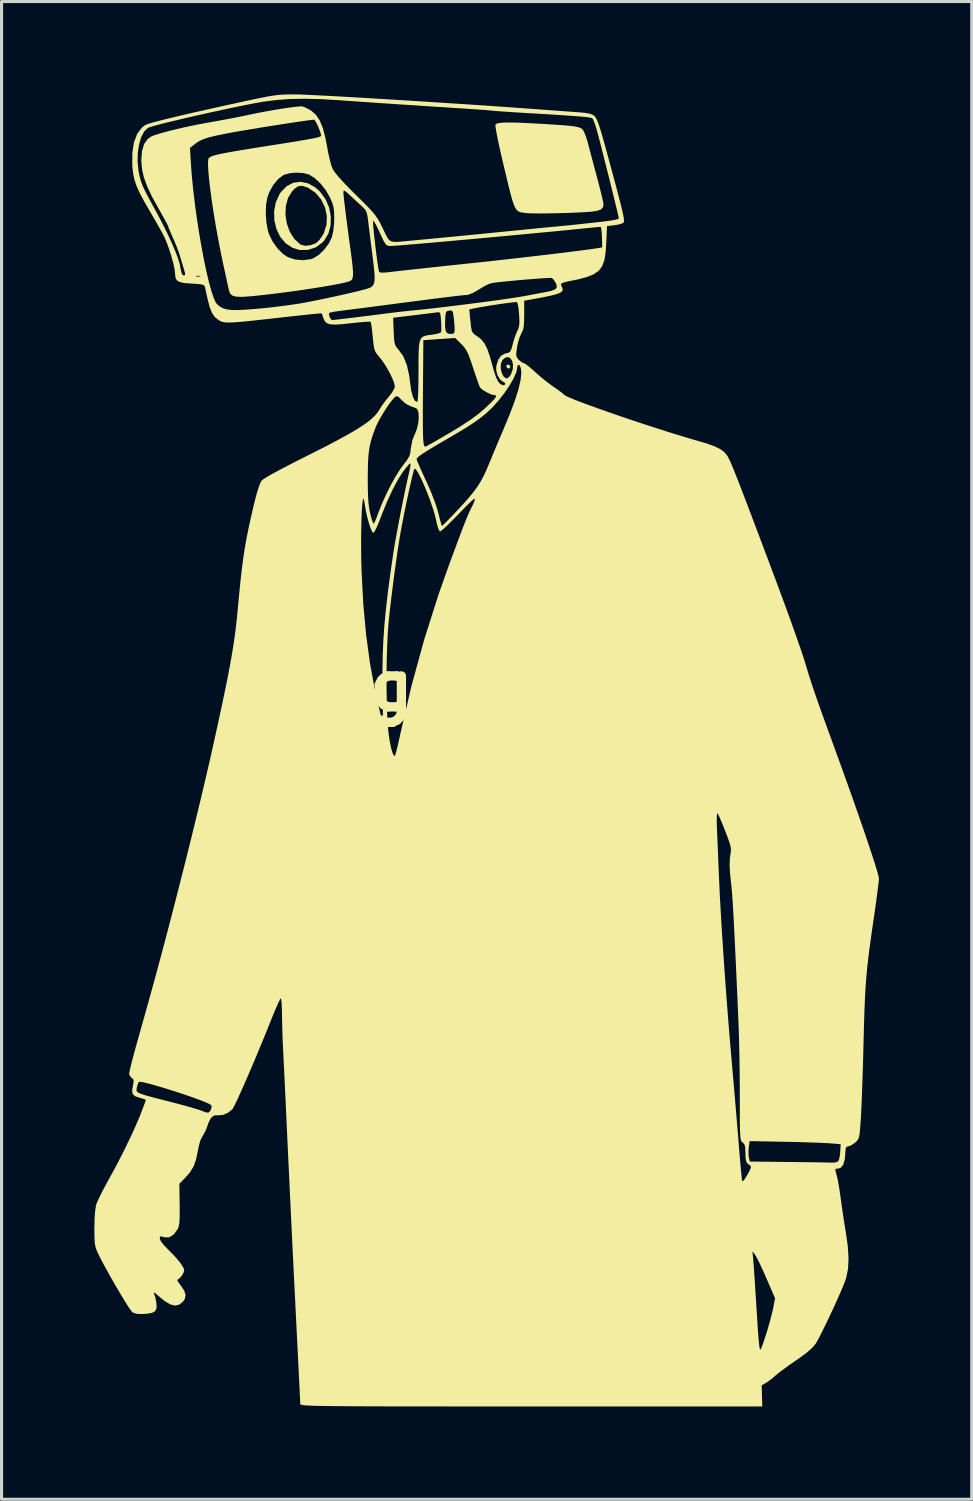
<source format=kicad_pcb>
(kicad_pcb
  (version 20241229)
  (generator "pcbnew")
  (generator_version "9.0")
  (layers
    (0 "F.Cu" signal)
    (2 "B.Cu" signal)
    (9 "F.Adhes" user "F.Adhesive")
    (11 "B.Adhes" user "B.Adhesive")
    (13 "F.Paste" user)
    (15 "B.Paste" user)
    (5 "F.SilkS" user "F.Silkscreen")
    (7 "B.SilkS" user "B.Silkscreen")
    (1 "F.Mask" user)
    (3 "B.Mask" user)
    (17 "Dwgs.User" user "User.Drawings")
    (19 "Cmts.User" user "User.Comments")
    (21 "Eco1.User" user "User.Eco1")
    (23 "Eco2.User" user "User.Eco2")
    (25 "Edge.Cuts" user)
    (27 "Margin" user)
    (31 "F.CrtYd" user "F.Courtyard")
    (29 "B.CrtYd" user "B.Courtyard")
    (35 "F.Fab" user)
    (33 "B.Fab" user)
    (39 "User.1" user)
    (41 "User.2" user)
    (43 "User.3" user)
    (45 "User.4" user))
  (footprint "Big_Brother"
    (layer "F.Cu")
    (at 13.172 19.116)
    (property "Reference" "Big_Brother" (at 0 0 0) (layer "F.SilkS") (effects (font (size 1.5 1.5) (thickness 0.3))))
    (attr board_only exclude_from_pos_files exclude_from_bom)
    (fp_poly (pts (xy 0.262 -10.349) (xy 0.27 -10.317) (xy 0.242 -10.255) (xy 0.18 -10.267) (xy 0.165 -10.28) (xy 0.136 -10.346) (xy 0.183 -10.383) (xy 0.202 -10.385)) (stroke (width 0) (type solid)) (fill yes) (layer "F.SilkS"))
    (fp_poly (pts (xy -6.27 -16.242) (xy -6.034 -16.11) (xy -5.881 -15.974) (xy -5.703 -15.732) (xy -5.586 -15.457) (xy -5.531 -15.168) (xy -5.538 -14.881) (xy -5.61 -14.615) (xy -5.747 -14.387) (xy -5.794 -14.336) (xy -6.016 -14.173) (xy -6.268 -14.089) (xy -6.534 -14.086) (xy -6.766 -14.155) (xy -6.991 -14.304) (xy -7.166 -14.513) (xy -7.289 -14.767) (xy -7.356 -15.049) (xy -7.361 -15.231) (xy -6.997 -15.231) (xy -6.954 -14.948) (xy -6.859 -14.681) (xy -6.716 -14.451) (xy -6.527 -14.277) (xy -6.496 -14.257) (xy -6.365 -14.223) (xy -6.199 -14.238) (xy -6.037 -14.296) (xy -5.98 -14.331) (xy -5.893 -14.42) (xy -5.801 -14.553) (xy -5.759 -14.627) (xy -5.67 -14.899) (xy -5.659 -15.184) (xy -5.719 -15.463) (xy -5.844 -15.72) (xy -6.028 -15.937) (xy -6.263 -16.096) (xy -6.308 -16.116) (xy -6.462 -16.162) (xy -6.586 -16.147) (xy -6.706 -16.062) (xy -6.782 -15.982) (xy -6.914 -15.768) (xy -6.984 -15.511) (xy -6.997 -15.231) (xy -7.361 -15.231) (xy -7.363 -15.342) (xy -7.308 -15.63) (xy -7.186 -15.896) (xy -7.146 -15.955) (xy -6.959 -16.148) (xy -6.743 -16.26) (xy -6.509 -16.291)) (stroke (width 0) (type solid)) (fill yes) (layer "F.SilkS"))
    (fp_poly (pts (xy 0.482 -18.203) (xy 0.814 -18.189) (xy 1.226 -18.167) (xy 1.304 -18.163) (xy 1.67 -18.14) (xy 1.958 -18.12) (xy 2.177 -18.101) (xy 2.338 -18.081) (xy 2.452 -18.059) (xy 2.53 -18.034) (xy 2.582 -18.005) (xy 2.604 -17.985) (xy 2.652 -17.906) (xy 2.709 -17.766) (xy 2.765 -17.589) (xy 2.782 -17.528) (xy 2.828 -17.352) (xy 2.891 -17.114) (xy 2.964 -16.84) (xy 3.04 -16.554) (xy 3.081 -16.403) (xy 3.147 -16.151) (xy 3.204 -15.924) (xy 3.248 -15.739) (xy 3.275 -15.612) (xy 3.282 -15.564) (xy 3.265 -15.468) (xy 3.205 -15.401) (xy 3.089 -15.356) (xy 2.905 -15.327) (xy 2.732 -15.313) (xy 2.424 -15.297) (xy 2.099 -15.284) (xy 1.773 -15.275) (xy 1.464 -15.269) (xy 1.187 -15.268) (xy 0.96 -15.271) (xy 0.799 -15.278) (xy 0.758 -15.282) (xy 0.668 -15.294) (xy 0.594 -15.309) (xy 0.531 -15.334) (xy 0.477 -15.38) (xy 0.428 -15.453) (xy 0.38 -15.563) (xy 0.329 -15.717) (xy 0.271 -15.926) (xy 0.204 -16.195) (xy 0.122 -16.536) (xy 0.023 -16.955) (xy 0.021 -16.962) (xy -0.049 -17.266) (xy -0.11 -17.544) (xy -0.159 -17.783) (xy -0.193 -17.97) (xy -0.211 -18.092) (xy -0.211 -18.134) (xy -0.176 -18.166) (xy -0.097 -18.189) (xy 0.034 -18.203) (xy 0.225 -18.207)) (stroke (width 0) (type solid)) (fill yes) (layer "F.SilkS"))
    (fp_poly (pts (xy -6.676 -19.115) (xy -6.528 -19.112) (xy -6.298 -19.102) (xy -5.996 -19.088) (xy -5.629 -19.069) (xy -5.207 -19.046) (xy -4.736 -19.019) (xy -4.226 -18.989) (xy -3.686 -18.956) (xy -3.123 -18.922) (xy -2.545 -18.885) (xy -1.963 -18.848) (xy -1.382 -18.81) (xy -0.813 -18.773) (xy -0.264 -18.735) (xy 0.257 -18.699) (xy 0.743 -18.664) (xy 0.877 -18.654) (xy 1.223 -18.629) (xy 1.563 -18.604) (xy 1.878 -18.581) (xy 2.152 -18.561) (xy 2.368 -18.545) (xy 2.49 -18.536) (xy 2.701 -18.516) (xy 2.844 -18.49) (xy 2.94 -18.452) (xy 2.993 -18.413) (xy 3.032 -18.365) (xy 3.074 -18.281) (xy 3.124 -18.152) (xy 3.184 -17.968) (xy 3.257 -17.721) (xy 3.347 -17.402) (xy 3.409 -17.173) (xy 3.543 -16.681) (xy 3.654 -16.269) (xy 3.744 -15.929) (xy 3.815 -15.655) (xy 3.869 -15.438) (xy 3.907 -15.273) (xy 3.931 -15.151) (xy 3.942 -15.066) (xy 3.943 -15.011) (xy 3.934 -14.979) (xy 3.926 -14.967) (xy 3.855 -14.934) (xy 3.728 -14.902) (xy 3.635 -14.887) (xy 3.394 -14.858) (xy 3.371 -14.318) (xy 3.35 -14.004) (xy 3.309 -13.756) (xy 3.239 -13.564) (xy 3.129 -13.416) (xy 2.968 -13.303) (xy 2.746 -13.213) (xy 2.454 -13.136) (xy 2.167 -13.078) (xy 2.005 -13.041) (xy 1.922 -13.006) (xy 1.907 -12.966) (xy 1.908 -12.963) (xy 1.947 -12.867) (xy 1.955 -12.846) (xy 1.964 -12.792) (xy 1.938 -12.744) (xy 1.869 -12.699) (xy 1.748 -12.655) (xy 1.567 -12.609) (xy 1.316 -12.557) (xy 0.987 -12.496) (xy 0.888 -12.478) (xy 0.719 -12.449) (xy 0.719 -11.995) (xy 0.716 -11.774) (xy 0.705 -11.619) (xy 0.682 -11.509) (xy 0.643 -11.42) (xy 0.627 -11.392) (xy 0.57 -11.266) (xy 0.518 -11.093) (xy 0.488 -10.944) (xy 0.465 -10.782) (xy 0.462 -10.681) (xy 0.483 -10.613) (xy 0.532 -10.551) (xy 0.543 -10.538) (xy 0.631 -10.463) (xy 0.704 -10.43) (xy 0.706 -10.43) (xy 0.765 -10.401) (xy 0.869 -10.322) (xy 1.001 -10.209) (xy 1.069 -10.147) (xy 1.25 -9.987) (xy 1.451 -9.824) (xy 1.635 -9.688) (xy 1.663 -9.669) (xy 1.81 -9.567) (xy 1.931 -9.477) (xy 2.003 -9.415) (xy 2.008 -9.409) (xy 2.071 -9.369) (xy 2.211 -9.305) (xy 2.418 -9.221) (xy 2.683 -9.12) (xy 2.997 -9.006) (xy 3.35 -8.88) (xy 3.732 -8.747) (xy 4.135 -8.61) (xy 4.55 -8.472) (xy 4.966 -8.337) (xy 5.374 -8.206) (xy 5.767 -8.085) (xy 6.132 -7.975) (xy 6.361 -7.909) (xy 6.665 -7.817) (xy 6.893 -7.733) (xy 7.062 -7.649) (xy 7.183 -7.558) (xy 7.272 -7.452) (xy 7.297 -7.411) (xy 7.328 -7.354) (xy 7.366 -7.276) (xy 7.412 -7.172) (xy 7.469 -7.037) (xy 7.538 -6.866) (xy 7.622 -6.653) (xy 7.723 -6.393) (xy 7.843 -6.081) (xy 7.984 -5.712) (xy 8.147 -5.28) (xy 8.336 -4.781) (xy 8.551 -4.209) (xy 8.795 -3.559) (xy 8.848 -3.417) (xy 9.01 -2.983) (xy 9.168 -2.554) (xy 9.318 -2.141) (xy 9.456 -1.755) (xy 9.578 -1.408) (xy 9.681 -1.112) (xy 9.758 -0.879) (xy 9.801 -0.742) (xy 9.861 -0.539) (xy 9.92 -0.347) (xy 9.982 -0.153) (xy 10.049 0.052) (xy 10.126 0.279) (xy 10.217 0.539) (xy 10.325 0.841) (xy 10.453 1.198) (xy 10.606 1.618) (xy 10.77 2.068) (xy 10.974 2.631) (xy 11.17 3.176) (xy 11.356 3.698) (xy 11.528 4.19) (xy 11.685 4.644) (xy 11.825 5.055) (xy 11.945 5.415) (xy 12.043 5.719) (xy 12.117 5.958) (xy 12.164 6.128) (xy 12.183 6.22) (xy 12.183 6.226) (xy 12.177 6.313) (xy 12.158 6.475) (xy 12.13 6.696) (xy 12.095 6.961) (xy 12.053 7.257) (xy 12.028 7.426) (xy 11.956 7.922) (xy 11.896 8.351) (xy 11.847 8.73) (xy 11.807 9.078) (xy 11.776 9.411) (xy 11.751 9.747) (xy 11.731 10.103) (xy 11.715 10.496) (xy 11.701 10.944) (xy 11.687 11.464) (xy 11.687 11.485) (xy 11.676 11.911) (xy 11.664 12.338) (xy 11.65 12.75) (xy 11.637 13.133) (xy 11.624 13.47) (xy 11.611 13.748) (xy 11.6 13.952) (xy 11.6 13.957) (xy 11.582 14.217) (xy 11.567 14.402) (xy 11.55 14.53) (xy 11.528 14.615) (xy 11.498 14.674) (xy 11.456 14.722) (xy 11.419 14.757) (xy 11.31 14.836) (xy 11.212 14.878) (xy 11.193 14.88) (xy 11.133 14.898) (xy 11.106 14.965) (xy 11.101 15.049) (xy 11.079 15.308) (xy 11.027 15.484) (xy 10.942 15.579) (xy 10.86 15.6) (xy 10.797 15.604) (xy 10.774 15.631) (xy 10.786 15.705) (xy 10.815 15.806) (xy 10.846 15.934) (xy 10.882 16.124) (xy 10.918 16.349) (xy 10.948 16.559) (xy 10.987 16.846) (xy 11.035 17.17) (xy 11.084 17.484) (xy 11.111 17.645) (xy 11.177 18.111) (xy 11.201 18.507) (xy 11.184 18.843) (xy 11.125 19.131) (xy 11.109 19.183) (xy 11.05 19.338) (xy 10.962 19.55) (xy 10.851 19.803) (xy 10.726 20.078) (xy 10.594 20.361) (xy 10.463 20.635) (xy 10.342 20.882) (xy 10.237 21.086) (xy 10.156 21.23) (xy 10.133 21.268) (xy 10.018 21.402) (xy 9.837 21.559) (xy 9.583 21.745) (xy 9.498 21.803) (xy 9.296 21.942) (xy 9.109 22.077) (xy 8.955 22.193) (xy 8.854 22.276) (xy 8.847 22.282) (xy 8.715 22.396) (xy 8.574 22.498) (xy 8.546 22.515) (xy 8.393 22.607) (xy 8.403 22.947) (xy 8.413 23.287) (xy 0.947 23.287) (xy -0.013 23.287) (xy -0.886 23.287) (xy -1.678 23.287) (xy -2.392 23.286) (xy -3.032 23.286) (xy -3.603 23.285) (xy -4.108 23.284) (xy -4.55 23.282) (xy -4.936 23.28) (xy -5.267 23.278) (xy -5.549 23.275) (xy -5.785 23.272) (xy -5.979 23.268) (xy -6.136 23.263) (xy -6.259 23.258) (xy -6.353 23.252) (xy -6.421 23.246) (xy -6.467 23.238) (xy -6.496 23.23) (xy -6.512 23.221) (xy -6.518 23.211) (xy -6.519 23.204) (xy -6.521 23.145) (xy -6.527 23.004) (xy -6.537 22.79) (xy -6.551 22.511) (xy -6.568 22.174) (xy -6.587 21.788) (xy -6.608 21.362) (xy -6.631 20.903) (xy -6.653 20.473) (xy -6.681 19.904) (xy -6.713 19.267) (xy -6.747 18.58) (xy -6.762 18.275) (xy 8.093 18.275) (xy 8.115 18.477) (xy 8.124 18.579) (xy 8.138 18.755) (xy 8.154 18.99) (xy 8.173 19.269) (xy 8.192 19.575) (xy 8.204 19.758) (xy 8.232 20.203) (xy 8.255 20.566) (xy 8.274 20.855) (xy 8.291 21.076) (xy 8.306 21.238) (xy 8.319 21.349) (xy 8.331 21.415) (xy 8.344 21.444) (xy 8.357 21.444) (xy 8.372 21.424) (xy 8.403 21.349) (xy 8.453 21.21) (xy 8.514 21.026) (xy 8.57 20.848) (xy 8.638 20.616) (xy 8.701 20.381) (xy 8.751 20.178) (xy 8.773 20.072) (xy 8.825 19.79) (xy 8.546 19.145) (xy 8.444 18.913) (xy 8.346 18.702) (xy 8.262 18.531) (xy 8.2 18.417) (xy 8.181 18.387) (xy 8.093 18.275) (xy -6.762 18.275) (xy -6.782 17.864) (xy -6.817 17.14) (xy -6.851 16.428) (xy -6.883 15.747) (xy -6.913 15.12) (xy -6.921 14.948) (xy -6.945 14.433) (xy -6.968 13.933) (xy -6.99 13.458) (xy -7.011 13.016) (xy -7.03 12.618) (xy -7.047 12.271) (xy -7.061 11.985) (xy -7.071 11.769) (xy -7.078 11.633) (xy -7.079 11.621) (xy -7.09 11.377) (xy -7.099 11.087) (xy -7.106 10.796) (xy -7.108 10.643) (xy -7.113 10.434) (xy -7.121 10.261) (xy -7.132 10.142) (xy -7.145 10.095) (xy -7.17 10.128) (xy -7.222 10.233) (xy -7.295 10.395) (xy -7.383 10.604) (xy -7.475 10.831) (xy -7.612 11.175) (xy -7.759 11.533) (xy -7.909 11.895) (xy -8.059 12.251) (xy -8.204 12.589) (xy -8.34 12.9) (xy -8.462 13.173) (xy -8.565 13.399) (xy -8.646 13.565) (xy -8.699 13.663) (xy -8.711 13.68) (xy -8.853 13.795) (xy -9.015 13.866) (xy -9.162 13.877) (xy -9.166 13.877) (xy -9.298 13.882) (xy -9.402 13.96) (xy -9.484 14.119) (xy -9.509 14.194) (xy -9.568 14.353) (xy -9.641 14.495) (xy -9.672 14.542) (xy -9.743 14.679) (xy -9.802 14.891) (xy -9.825 15.015) (xy -9.884 15.301) (xy -9.963 15.525) (xy -10.076 15.714) (xy -10.233 15.895) (xy -10.425 16.09) (xy -10.416 16.755) (xy -10.414 17.025) (xy -10.417 17.222) (xy -10.427 17.362) (xy -10.445 17.462) (xy -10.472 17.538) (xy -10.487 17.566) (xy -10.611 17.734) (xy -10.752 17.821) (xy -10.902 17.823) (xy -10.929 17.815) (xy -11.019 17.787) (xy -11.054 17.806) (xy -11.059 17.862) (xy -11.024 17.946) (xy -10.926 18.073) (xy -10.774 18.231) (xy -10.773 18.232) (xy -10.623 18.383) (xy -10.485 18.537) (xy -10.381 18.666) (xy -10.365 18.69) (xy -10.294 18.804) (xy -10.269 18.88) (xy -10.285 18.951) (xy -10.312 19.007) (xy -10.381 19.108) (xy -10.451 19.167) (xy -10.453 19.168) (xy -10.488 19.195) (xy -10.475 19.247) (xy -10.408 19.341) (xy -10.39 19.364) (xy -10.27 19.542) (xy -10.224 19.687) (xy -10.25 19.814) (xy -10.292 19.879) (xy -10.415 19.991) (xy -10.556 20.029) (xy -10.719 19.99) (xy -10.911 19.874) (xy -11.094 19.721) (xy -11.19 19.638) (xy -11.247 19.604) (xy -11.252 19.623) (xy -11.203 19.757) (xy -11.171 19.918) (xy -11.161 20.065) (xy -11.171 20.138) (xy -11.216 20.213) (xy -11.305 20.262) (xy -11.454 20.29) (xy -11.6 20.3) (xy -11.787 20.296) (xy -11.912 20.26) (xy -11.947 20.238) (xy -11.997 20.177) (xy -12.083 20.051) (xy -12.195 19.872) (xy -12.326 19.656) (xy -12.469 19.414) (xy -12.615 19.161) (xy -12.755 18.909) (xy -12.884 18.674) (xy -12.992 18.467) (xy -13.043 18.364) (xy -13.097 18.245) (xy -13.133 18.142) (xy -13.156 18.03) (xy -13.167 17.889) (xy -13.171 17.696) (xy -13.172 17.529) (xy -13.166 17.242) (xy -13.15 16.998) (xy -13.125 16.816) (xy -13.111 16.761) (xy -13.068 16.651) (xy -12.989 16.483) (xy -12.883 16.275) (xy -12.762 16.049) (xy -12.703 15.943) (xy -12.484 15.543) (xy -12.264 15.118) (xy -12.056 14.693) (xy -11.868 14.289) (xy -11.712 13.927) (xy -11.65 13.769) (xy -11.587 13.602) (xy -11.538 13.47) (xy -11.512 13.392) (xy -11.509 13.381) (xy -11.548 13.36) (xy -11.648 13.329) (xy -11.713 13.311) (xy -11.859 13.26) (xy -11.935 13.188) (xy -11.951 13.078) (xy -11.811 13.078) (xy -11.792 13.115) (xy -11.743 13.151) (xy -11.656 13.188) (xy -11.52 13.232) (xy -11.325 13.286) (xy -11.063 13.354) (xy -10.723 13.441) (xy -10.723 13.441) (xy -10.447 13.513) (xy -10.192 13.582) (xy -9.973 13.645) (xy -9.808 13.695) (xy -9.712 13.728) (xy -9.71 13.729) (xy -9.573 13.783) (xy -9.489 13.791) (xy -9.437 13.751) (xy -9.405 13.692) (xy -9.379 13.597) (xy -9.41 13.54) (xy -9.491 13.495) (xy -9.639 13.432) (xy -9.839 13.355) (xy -10.078 13.27) (xy -10.341 13.18) (xy -10.616 13.091) (xy -10.889 13.005) (xy -11.145 12.929) (xy -11.371 12.865) (xy -11.554 12.819) (xy -11.679 12.795) (xy -11.734 12.797) (xy -11.767 12.864) (xy -11.799 12.975) (xy -11.8 12.981) (xy -11.81 13.034) (xy -11.811 13.078) (xy -11.951 13.078) (xy -11.952 13.073) (xy -11.926 12.919) (xy -11.902 12.792) (xy -11.909 12.723) (xy -11.951 12.682) (xy -11.964 12.674) (xy -12.032 12.597) (xy -12.048 12.531) (xy -12.036 12.458) (xy -12.003 12.314) (xy -11.953 12.115) (xy -11.89 11.876) (xy -11.82 11.622) (xy -11.734 11.316) (xy -11.644 10.994) (xy -11.556 10.683) (xy -11.48 10.412) (xy -11.441 10.272) (xy -11.242 9.555) (xy -11.032 8.778) (xy -10.814 7.955) (xy -10.592 7.102) (xy -10.371 6.236) (xy -10.153 5.371) (xy -9.944 4.524) (xy -9.918 4.415) (xy 6.942 4.415) (xy 6.948 4.589) (xy 6.956 4.786) (xy 6.967 5.052) (xy 6.98 5.365) (xy 6.994 5.706) (xy 7.008 6.053) (xy 7.015 6.204) (xy 7.039 6.722) (xy 7.071 7.315) (xy 7.11 7.967) (xy 7.156 8.662) (xy 7.206 9.387) (xy 7.261 10.125) (xy 7.318 10.861) (xy 7.377 11.581) (xy 7.418 12.048) (xy 7.456 12.481) (xy 7.497 12.951) (xy 7.538 13.433) (xy 7.577 13.903) (xy 7.614 14.336) (xy 7.644 14.707) (xy 7.647 14.745) (xy 7.673 15.066) (xy 7.698 15.359) (xy 7.721 15.611) (xy 7.74 15.811) (xy 7.754 15.946) (xy 7.762 16.002) (xy 7.792 16.003) (xy 7.851 15.931) (xy 7.931 15.8) (xy 8.008 15.656) (xy 8.043 15.569) (xy 8.041 15.52) (xy 8.007 15.491) (xy 7.934 15.437) (xy 7.892 15.363) (xy 7.872 15.244) (xy 7.868 15.082) (xy 7.867 15.062) (xy 7.966 15.062) (xy 7.974 15.21) (xy 7.979 15.235) (xy 8.009 15.373) (xy 9.253 15.386) (xy 9.587 15.39) (xy 9.9 15.394) (xy 10.177 15.398) (xy 10.405 15.402) (xy 10.57 15.406) (xy 10.659 15.409) (xy 10.66 15.409) (xy 10.781 15.402) (xy 10.863 15.37) (xy 10.87 15.364) (xy 10.898 15.289) (xy 10.922 15.159) (xy 10.931 15.06) (xy 10.947 14.813) (xy 10.61 14.784) (xy 10.469 14.775) (xy 10.255 14.766) (xy 9.987 14.756) (xy 9.679 14.746) (xy 9.351 14.738) (xy 9.139 14.734) (xy 8.006 14.712) (xy 7.977 14.905) (xy 7.966 15.062) (xy 7.867 15.062) (xy 7.862 14.921) (xy 7.84 14.825) (xy 7.796 14.769) (xy 7.777 14.756) (xy 7.752 14.737) (xy 7.733 14.709) (xy 7.717 14.662) (xy 7.706 14.586) (xy 7.698 14.473) (xy 7.692 14.311) (xy 7.689 14.093) (xy 7.688 13.808) (xy 7.687 13.446) (xy 7.687 13.273) (xy 7.685 12.859) (xy 7.681 12.417) (xy 7.674 11.97) (xy 7.665 11.542) (xy 7.654 11.156) (xy 7.642 10.837) (xy 7.642 10.834) (xy 7.61 10.102) (xy 7.581 9.454) (xy 7.555 8.885) (xy 7.531 8.388) (xy 7.51 7.96) (xy 7.492 7.593) (xy 7.474 7.283) (xy 7.459 7.024) (xy 7.444 6.811) (xy 7.431 6.637) (xy 7.418 6.497) (xy 7.408 6.406) (xy 7.372 6.067) (xy 7.358 5.797) (xy 7.365 5.578) (xy 7.392 5.392) (xy 7.392 5.392) (xy 7.402 5.309) (xy 7.392 5.213) (xy 7.36 5.085) (xy 7.299 4.909) (xy 7.217 4.695) (xy 7.135 4.489) (xy 7.061 4.313) (xy 7.003 4.184) (xy 6.969 4.119) (xy 6.967 4.117) (xy 6.951 4.14) (xy 6.942 4.243) (xy 6.942 4.415) (xy -9.918 4.415) (xy -9.747 3.711) (xy -9.566 2.946) (xy -9.405 2.246) (xy -9.35 2.001) (xy -9.205 1.343) (xy -9.079 0.763) (xy -8.971 0.252) (xy -8.879 -0.2) (xy -8.801 -0.603) (xy -8.736 -0.966) (xy -8.681 -1.298) (xy -8.636 -1.609) (xy -8.597 -1.908) (xy -8.565 -2.205) (xy -8.543 -2.428) (xy -8.495 -2.944) (xy -8.45 -3.388) (xy -8.407 -3.774) (xy -8.362 -4.12) (xy -8.313 -4.441) (xy -8.26 -4.743) (xy -4.551 -4.743) (xy -4.55 -4.39) (xy -4.546 -4.031) (xy -4.536 -3.686) (xy -4.482 -2.653) (xy -4.391 -1.661) (xy -4.264 -0.722) (xy -4.103 0.152) (xy -4.016 0.539) (xy -3.958 0.775) (xy -3.919 0.937) (xy -3.892 1.039) (xy -3.875 1.095) (xy -3.864 1.119) (xy -3.854 1.124) (xy -3.853 1.124) (xy -3.85 1.081) (xy -3.848 0.96) (xy -3.848 0.774) (xy -3.85 0.533) (xy -3.854 0.251) (xy -3.857 0.054) (xy -3.729 0.054) (xy -3.723 0.51) (xy -3.71 0.927) (xy -3.689 1.282) (xy -3.686 1.326) (xy -3.66 1.572) (xy -3.624 1.801) (xy -3.584 1.999) (xy -3.541 2.151) (xy -3.5 2.244) (xy -3.463 2.264) (xy -3.458 2.259) (xy -3.439 2.205) (xy -3.405 2.08) (xy -3.361 1.898) (xy -3.311 1.677) (xy -3.284 1.551) (xy -2.924 0.002) (xy -2.513 -1.495) (xy -2.046 -2.964) (xy -1.71 -3.911) (xy -1.557 -4.325) (xy -1.431 -4.663) (xy -1.329 -4.937) (xy -1.246 -5.154) (xy -1.179 -5.325) (xy -1.125 -5.459) (xy -1.079 -5.565) (xy -1.038 -5.654) (xy -1.004 -5.723) (xy -0.923 -5.888) (xy -0.879 -5.995) (xy -0.874 -6.044) (xy -0.913 -6.033) (xy -0.999 -5.961) (xy -1.138 -5.825) (xy -1.333 -5.625) (xy -1.373 -5.583) (xy -1.557 -5.394) (xy -1.723 -5.23) (xy -1.859 -5.101) (xy -1.955 -5.018) (xy -1.998 -4.99) (xy -2.037 -5.033) (xy -2.081 -5.153) (xy -2.125 -5.34) (xy -2.127 -5.349) (xy -2.173 -5.539) (xy -2.24 -5.759) (xy -2.321 -5.995) (xy -2.412 -6.234) (xy -2.506 -6.463) (xy -2.598 -6.669) (xy -2.682 -6.839) (xy -2.754 -6.96) (xy -2.807 -7.018) (xy -2.831 -7.012) (xy -2.855 -6.943) (xy -2.892 -6.8) (xy -2.94 -6.597) (xy -2.996 -6.35) (xy -3.056 -6.072) (xy -3.118 -5.778) (xy -3.178 -5.482) (xy -3.232 -5.199) (xy -3.279 -4.945) (xy -3.337 -4.596) (xy -3.399 -4.181) (xy -3.463 -3.723) (xy -3.526 -3.245) (xy -3.585 -2.77) (xy -3.636 -2.321) (xy -3.662 -2.073) (xy -3.688 -1.741) (xy -3.708 -1.34) (xy -3.722 -0.893) (xy -3.729 -0.421) (xy -3.729 0.054) (xy -3.857 0.054) (xy -3.858 0.004) (xy -3.862 -0.499) (xy -3.854 -0.984) (xy -3.833 -1.467) (xy -3.799 -1.964) (xy -3.749 -2.489) (xy -3.683 -3.058) (xy -3.599 -3.685) (xy -3.507 -4.316) (xy -3.465 -4.574) (xy -3.407 -4.897) (xy -3.339 -5.263) (xy -3.264 -5.651) (xy -3.187 -6.037) (xy -3.112 -6.399) (xy -3.043 -6.715) (xy -2.993 -6.934) (xy -2.965 -7.071) (xy -2.955 -7.165) (xy -2.964 -7.193) (xy -3.005 -7.159) (xy -3.082 -7.071) (xy -3.18 -6.946) (xy -3.189 -6.934) (xy -3.352 -6.684) (xy -3.525 -6.36) (xy -3.703 -5.978) (xy -3.877 -5.552) (xy -3.932 -5.406) (xy -4.006 -5.219) (xy -4.074 -5.069) (xy -4.129 -4.972) (xy -4.157 -4.945) (xy -4.196 -4.986) (xy -4.245 -5.096) (xy -4.298 -5.255) (xy -4.351 -5.444) (xy -4.396 -5.643) (xy -4.428 -5.833) (xy -4.429 -5.836) (xy -4.449 -5.964) (xy -4.469 -6.042) (xy -4.48 -6.055) (xy -4.499 -5.991) (xy -4.516 -5.85) (xy -4.53 -5.642) (xy -4.54 -5.381) (xy -4.547 -5.077) (xy -4.551 -4.743) (xy -8.26 -4.743) (xy -8.258 -4.754) (xy -8.194 -5.075) (xy -8.118 -5.421) (xy -8.029 -5.808) (xy -8.002 -5.921) (xy -7.937 -6.173) (xy -7.873 -6.387) (xy -7.814 -6.546) (xy -7.77 -6.63) (xy -7.701 -6.685) (xy -7.643 -6.721) (xy -4.337 -6.721) (xy -4.335 -6.385) (xy -4.327 -6.12) (xy -4.313 -5.907) (xy -4.289 -5.727) (xy -4.256 -5.561) (xy -4.255 -5.558) (xy -4.214 -5.401) (xy -4.175 -5.289) (xy -4.145 -5.242) (xy -4.139 -5.244) (xy -4.108 -5.303) (xy -4.058 -5.422) (xy -4.002 -5.575) (xy -3.89 -5.861) (xy -3.75 -6.171) (xy -3.596 -6.48) (xy -3.437 -6.766) (xy -3.287 -7.007) (xy -3.189 -7.14) (xy -3.071 -7.292) (xy -3.053 -7.323) (xy -2.758 -7.323) (xy -2.737 -7.262) (xy -2.684 -7.136) (xy -2.606 -6.96) (xy -2.51 -6.749) (xy -2.452 -6.625) (xy -2.299 -6.281) (xy -2.172 -5.956) (xy -2.08 -5.675) (xy -2.055 -5.58) (xy -2.01 -5.402) (xy -1.972 -5.264) (xy -1.946 -5.183) (xy -1.938 -5.17) (xy -1.901 -5.2) (xy -1.817 -5.282) (xy -1.699 -5.402) (xy -1.609 -5.496) (xy -1.337 -5.784) (xy -1.12 -6.024) (xy -0.947 -6.23) (xy -0.808 -6.416) (xy -0.692 -6.597) (xy -0.59 -6.788) (xy -0.491 -7.003) (xy -0.408 -7.199) (xy -0.3 -7.462) (xy -0.187 -7.733) (xy -0.082 -7.983) (xy 0.004 -8.185) (xy 0.022 -8.227) (xy 0.239 -8.746) (xy 0.408 -9.192) (xy 0.528 -9.567) (xy 0.601 -9.873) (xy 0.627 -10.112) (xy 0.612 -10.268) (xy 0.571 -10.36) (xy 0.526 -10.38) (xy 0.497 -10.323) (xy 0.494 -10.284) (xy 0.463 -10.135) (xy 0.378 -9.94) (xy 0.248 -9.713) (xy 0.084 -9.47) (xy -0.106 -9.226) (xy -0.31 -8.998) (xy -0.319 -8.989) (xy -0.489 -8.827) (xy -0.682 -8.669) (xy -0.912 -8.504) (xy -1.193 -8.323) (xy -1.539 -8.116) (xy -1.61 -8.074) (xy -1.951 -7.876) (xy -2.22 -7.717) (xy -2.426 -7.592) (xy -2.575 -7.496) (xy -2.675 -7.425) (xy -2.733 -7.373) (xy -2.756 -7.336) (xy -2.758 -7.323) (xy -3.053 -7.323) (xy -3.001 -7.407) (xy -2.965 -7.511) (xy -2.95 -7.633) (xy -2.948 -7.663) (xy -2.894 -7.947) (xy -2.817 -8.131) (xy -2.75 -8.298) (xy -2.707 -8.483) (xy -2.689 -8.666) (xy -2.692 -8.721) (xy -2.557 -8.721) (xy -2.556 -8.42) (xy -2.553 -8.186) (xy -2.547 -8.01) (xy -2.538 -7.885) (xy -2.525 -7.802) (xy -2.509 -7.755) (xy -2.489 -7.735) (xy -2.476 -7.732) (xy -2.427 -7.754) (xy -2.313 -7.816) (xy -2.146 -7.91) (xy -1.94 -8.029) (xy -1.705 -8.167) (xy -1.66 -8.193) (xy -1.303 -8.411) (xy -1.013 -8.602) (xy -0.776 -8.776) (xy -0.577 -8.944) (xy -0.532 -8.985) (xy -0.358 -9.151) (xy -0.247 -9.268) (xy -0.194 -9.342) (xy -0.193 -9.382) (xy -0.239 -9.396) (xy -0.249 -9.396) (xy -0.352 -9.42) (xy -0.485 -9.482) (xy -0.613 -9.56) (xy -0.7 -9.635) (xy -0.713 -9.654) (xy -0.742 -9.725) (xy -0.792 -9.863) (xy -0.857 -10.048) (xy -0.928 -10.263) (xy -0.939 -10.297) (xy -1.02 -10.537) (xy -1.086 -10.711) (xy -1.147 -10.837) (xy -1.212 -10.936) (xy -1.292 -11.025) (xy -1.319 -11.052) (xy -1.514 -11.244) (xy -2.027 -11.208) (xy -2.54 -11.172) (xy -2.553 -9.553) (xy -2.556 -9.096) (xy -2.557 -8.721) (xy -2.692 -8.721) (xy -2.697 -8.824) (xy -2.731 -8.935) (xy -2.776 -8.974) (xy -2.969 -9.045) (xy -3.107 -9.119) (xy -3.222 -9.217) (xy -3.248 -9.244) (xy -3.337 -9.333) (xy -3.393 -9.364) (xy -3.442 -9.345) (xy -3.476 -9.316) (xy -3.57 -9.21) (xy -3.689 -9.047) (xy -3.816 -8.852) (xy -3.937 -8.649) (xy -4.035 -8.463) (xy -4.08 -8.362) (xy -4.17 -8.121) (xy -4.236 -7.907) (xy -4.283 -7.697) (xy -4.313 -7.47) (xy -4.329 -7.205) (xy -4.336 -6.881) (xy -4.337 -6.721) (xy -7.643 -6.721) (xy -7.556 -6.775) (xy -7.337 -6.898) (xy -7.048 -7.052) (xy -6.695 -7.235) (xy -6.281 -7.444) (xy -6.233 -7.468) (xy -5.735 -7.719) (xy -5.314 -7.94) (xy -4.961 -8.133) (xy -4.672 -8.303) (xy -4.44 -8.455) (xy -4.258 -8.592) (xy -4.119 -8.719) (xy -4.017 -8.839) (xy -3.962 -8.927) (xy -3.877 -9.06) (xy -3.76 -9.22) (xy -3.662 -9.338) (xy -3.545 -9.49) (xy -3.476 -9.617) (xy -3.462 -9.678) (xy -3.486 -9.795) (xy -3.553 -9.962) (xy -3.648 -10.154) (xy -3.761 -10.35) (xy -3.88 -10.526) (xy -3.955 -10.62) (xy -4.036 -10.715) (xy -4.09 -10.797) (xy -4.124 -10.89) (xy -4.148 -11.016) (xy -4.169 -11.199) (xy -4.176 -11.282) (xy -4.197 -11.477) (xy -4.217 -11.635) (xy -4.235 -11.739) (xy -4.245 -11.767) (xy -4.296 -11.771) (xy -4.419 -11.765) (xy -4.598 -11.75) (xy -4.815 -11.727) (xy -4.885 -11.719) (xy -5.176 -11.688) (xy -5.392 -11.676) (xy -5.545 -11.684) (xy -5.65 -11.717) (xy -5.718 -11.775) (xy -5.764 -11.862) (xy -5.774 -11.891) (xy -5.807 -11.989) (xy -5.809 -11.994) (xy -5.59 -11.994) (xy -5.563 -11.907) (xy -5.518 -11.838) (xy -5.49 -11.823) (xy -5.431 -11.828) (xy -5.302 -11.842) (xy -5.121 -11.863) (xy -4.907 -11.888) (xy -4.893 -11.89) (xy -4.833 -11.897) (xy -3.516 -11.897) (xy -3.499 -11.457) (xy -3.489 -11.251) (xy -3.475 -11.113) (xy -3.451 -11.02) (xy -3.412 -10.948) (xy -3.351 -10.876) (xy -3.344 -10.869) (xy -3.188 -10.652) (xy -3.074 -10.371) (xy -2.996 -10.02) (xy -2.972 -9.827) (xy -2.933 -9.55) (xy -2.88 -9.344) (xy -2.816 -9.216) (xy -2.742 -9.171) (xy -2.741 -9.171) (xy -2.726 -9.215) (xy -2.714 -9.342) (xy -2.705 -9.546) (xy -2.699 -9.82) (xy -2.697 -10.158) (xy -2.697 -10.16) (xy -2.697 -10.509) (xy -2.693 -10.778) (xy -2.682 -10.979) (xy -2.659 -11.123) (xy -2.621 -11.22) (xy -2.564 -11.28) (xy -2.483 -11.315) (xy -2.375 -11.336) (xy -2.256 -11.35) (xy -2.11 -11.375) (xy -2.004 -11.407) (xy -1.966 -11.434) (xy -1.959 -11.503) (xy -1.96 -11.633) (xy -1.84 -11.633) (xy -1.825 -11.492) (xy -1.785 -11.412) (xy -1.716 -11.378) (xy -1.663 -11.374) (xy -1.57 -11.384) (xy -1.534 -11.432) (xy -1.529 -11.52) (xy -1.535 -11.652) (xy -1.549 -11.822) (xy -1.558 -11.904) (xy -1.578 -12.042) (xy -1.603 -12.111) (xy -1.648 -12.132) (xy -1.704 -12.129) (xy -1.769 -12.115) (xy -1.806 -12.076) (xy -1.825 -11.991) (xy -1.834 -11.848) (xy -1.84 -11.633) (xy -1.96 -11.633) (xy -1.96 -11.633) (xy -1.968 -11.788) (xy -1.98 -11.947) (xy -1.996 -12.036) (xy -2.026 -12.072) (xy -2.077 -12.075) (xy -2.107 -12.07) (xy -2.193 -12.059) (xy -2.349 -12.039) (xy -2.555 -12.013) (xy -2.791 -11.984) (xy -2.871 -11.975) (xy -3.516 -11.897) (xy -4.833 -11.897) (xy -4.61 -11.925) (xy -4.293 -11.964) (xy -3.989 -12.003) (xy -3.821 -12.025) (xy -3.557 -12.058) (xy -3.27 -12.092) (xy -3.004 -12.121) (xy -2.877 -12.133) (xy -2.635 -12.158) (xy -1.055 -12.158) (xy -1.05 -12.096) (xy -1.038 -11.969) (xy -1.021 -11.803) (xy -1.017 -11.765) (xy -0.997 -11.588) (xy -0.974 -11.476) (xy -0.937 -11.405) (xy -0.876 -11.35) (xy -0.811 -11.307) (xy -0.675 -11.203) (xy -0.566 -11.069) (xy -0.474 -10.889) (xy -0.39 -10.646) (xy -0.337 -10.455) (xy -0.26 -10.177) (xy -0.192 -9.976) (xy -0.126 -9.84) (xy -0.058 -9.759) (xy 0.02 -9.72) (xy 0.054 -9.714) (xy 0.103 -9.742) (xy 0.11 -9.752) (xy 0.095 -9.796) (xy 0.045 -9.823) (xy -0.057 -9.896) (xy -0.138 -10.028) (xy -0.185 -10.186) (xy -0.184 -10.267) (xy -0.04 -10.267) (xy -0.011 -10.124) (xy 0.047 -10.006) (xy 0.126 -9.941) (xy 0.159 -9.935) (xy 0.221 -9.972) (xy 0.287 -10.06) (xy 0.291 -10.068) (xy 0.349 -10.229) (xy 0.358 -10.38) (xy 0.329 -10.506) (xy 0.269 -10.593) (xy 0.186 -10.628) (xy 0.089 -10.597) (xy 0.013 -10.522) (xy -0.035 -10.409) (xy -0.04 -10.267) (xy -0.184 -10.267) (xy -0.183 -10.338) (xy -0.182 -10.343) (xy -0.118 -10.542) (xy -0.031 -10.668) (xy 0.095 -10.739) (xy 0.202 -10.762) (xy 0.26 -10.796) (xy 0.307 -10.889) (xy 0.345 -11.029) (xy 0.394 -11.208) (xy 0.457 -11.382) (xy 0.492 -11.458) (xy 0.536 -11.559) (xy 0.559 -11.664) (xy 0.565 -11.798) (xy 0.555 -11.991) (xy 0.553 -12.02) (xy 0.534 -12.217) (xy 0.509 -12.349) (xy 0.481 -12.404) (xy 0.477 -12.405) (xy 0.351 -12.395) (xy 0.174 -12.373) (xy -0.036 -12.344) (xy -0.264 -12.31) (xy -0.492 -12.273) (xy -0.702 -12.237) (xy -0.877 -12.205) (xy -1 -12.178) (xy -1.054 -12.16) (xy -1.055 -12.158) (xy -2.635 -12.158) (xy -2.555 -12.166) (xy -2.186 -12.207) (xy -1.785 -12.254) (xy -1.365 -12.305) (xy -0.942 -12.359) (xy -0.53 -12.413) (xy -0.143 -12.465) (xy 0.203 -12.515) (xy 0.495 -12.559) (xy 0.718 -12.596) (xy 0.787 -12.609) (xy 1.006 -12.651) (xy 1.246 -12.696) (xy 1.403 -12.724) (xy 1.603 -12.767) (xy 1.723 -12.817) (xy 1.773 -12.882) (xy 1.761 -12.971) (xy 1.735 -13.028) (xy 1.671 -13.127) (xy 1.611 -13.182) (xy 1.609 -13.183) (xy 1.55 -13.184) (xy 1.418 -13.179) (xy 1.23 -13.166) (xy 1.001 -13.149) (xy 0.747 -13.129) (xy 0.485 -13.106) (xy 0.232 -13.082) (xy 0.004 -13.059) (xy -0.184 -13.038) (xy -0.315 -13.02) (xy -0.337 -13.017) (xy -0.443 -12.979) (xy -0.589 -12.905) (xy -0.742 -12.812) (xy -0.934 -12.7) (xy -1.091 -12.641) (xy -1.151 -12.633) (xy -1.226 -12.627) (xy -1.38 -12.611) (xy -1.601 -12.585) (xy -1.878 -12.551) (xy -2.202 -12.511) (xy -2.561 -12.465) (xy -2.944 -12.415) (xy -2.972 -12.411) (xy -3.372 -12.359) (xy -3.764 -12.308) (xy -4.133 -12.26) (xy -4.465 -12.217) (xy -4.748 -12.181) (xy -4.968 -12.153) (xy -5.102 -12.136) (xy -5.295 -12.111) (xy -5.452 -12.086) (xy -5.554 -12.064) (xy -5.581 -12.054) (xy -5.59 -11.994) (xy -5.809 -11.994) (xy -5.826 -12.039) (xy -5.826 -12.039) (xy -5.871 -12.038) (xy -5.994 -12.027) (xy -6.186 -12.008) (xy -6.434 -11.982) (xy -6.729 -11.95) (xy -7.06 -11.914) (xy -7.244 -11.893) (xy -7.682 -11.844) (xy -8.04 -11.805) (xy -8.327 -11.775) (xy -8.553 -11.755) (xy -8.727 -11.745) (xy -8.859 -11.743) (xy -8.957 -11.749) (xy -9.031 -11.763) (xy -9.091 -11.785) (xy -9.146 -11.815) (xy -9.158 -11.822) (xy -9.277 -11.918) (xy -9.371 -12.053) (xy -9.446 -12.243) (xy -9.509 -12.485) (xy -9.547 -12.654) (xy -9.579 -12.799) (xy -9.598 -12.886) (xy -9.616 -12.931) (xy -9.657 -12.961) (xy -9.738 -12.98) (xy -9.879 -12.993) (xy -10.03 -13.001) (xy -10.26 -13.018) (xy -10.414 -13.05) (xy -10.506 -13.106) (xy -10.552 -13.194) (xy -10.556 -13.234) (xy -9.897 -13.234) (xy -9.837 -13.226) (xy -9.823 -13.226) (xy -9.746 -13.231) (xy -9.739 -13.245) (xy -9.743 -13.246) (xy -9.833 -13.255) (xy -9.878 -13.248) (xy -9.897 -13.234) (xy -10.556 -13.234) (xy -10.565 -13.324) (xy -10.565 -13.333) (xy -10.581 -13.472) (xy -10.624 -13.668) (xy -10.688 -13.897) (xy -10.764 -14.134) (xy -10.844 -14.354) (xy -10.919 -14.524) (xy -10.99 -14.658) (xy -11.094 -14.845) (xy -11.218 -15.063) (xy -11.349 -15.288) (xy -11.37 -15.324) (xy -11.556 -15.645) (xy -11.698 -15.91) (xy -11.8 -16.135) (xy -11.871 -16.336) (xy -11.915 -16.531) (xy -11.941 -16.737) (xy -11.947 -16.836) (xy -11.947 -16.933) (xy -11.776 -16.933) (xy -11.745 -16.643) (xy -11.743 -16.634) (xy -11.716 -16.496) (xy -11.687 -16.377) (xy -11.65 -16.261) (xy -11.599 -16.135) (xy -11.528 -15.984) (xy -11.43 -15.795) (xy -11.3 -15.553) (xy -11.165 -15.307) (xy -10.991 -14.979) (xy -10.828 -14.652) (xy -10.682 -14.34) (xy -10.561 -14.057) (xy -10.469 -13.819) (xy -10.415 -13.64) (xy -10.407 -13.599) (xy -10.375 -13.424) (xy -10.345 -13.321) (xy -10.312 -13.273) (xy -10.274 -13.262) (xy -10.242 -13.277) (xy -10.242 -13.336) (xy -10.275 -13.456) (xy -10.281 -13.475) (xy -10.336 -13.657) (xy -10.392 -13.846) (xy -10.405 -13.894) (xy -10.451 -14.033) (xy -10.522 -14.219) (xy -10.605 -14.416) (xy -10.626 -14.462) (xy -10.699 -14.627) (xy -10.755 -14.761) (xy -10.786 -14.843) (xy -10.789 -14.857) (xy -10.811 -14.906) (xy -10.869 -15.017) (xy -10.957 -15.176) (xy -11.065 -15.369) (xy -11.106 -15.44) (xy -11.313 -15.818) (xy -11.466 -16.143) (xy -11.571 -16.43) (xy -11.632 -16.692) (xy -11.654 -16.946) (xy -11.655 -16.985) (xy -11.633 -17.284) (xy -11.603 -17.384) (xy -10.083 -17.384) (xy -10.053 -16.885) (xy -10.022 -16.471) (xy -9.978 -16.032) (xy -9.924 -15.576) (xy -9.861 -15.114) (xy -9.79 -14.656) (xy -9.714 -14.212) (xy -9.635 -13.791) (xy -9.554 -13.404) (xy -9.473 -13.061) (xy -9.394 -12.772) (xy -9.319 -12.546) (xy -9.25 -12.393) (xy -9.212 -12.34) (xy -9.123 -12.264) (xy -9.025 -12.208) (xy -8.906 -12.17) (xy -8.752 -12.149) (xy -8.554 -12.145) (xy -8.297 -12.157) (xy -7.971 -12.182) (xy -7.728 -12.204) (xy -7.429 -12.236) (xy -7.106 -12.276) (xy -6.794 -12.318) (xy -6.53 -12.358) (xy -6.496 -12.364) (xy -6.266 -12.406) (xy -5.996 -12.459) (xy -5.701 -12.521) (xy -5.397 -12.586) (xy -5.101 -12.652) (xy -4.827 -12.715) (xy -4.593 -12.772) (xy -4.415 -12.818) (xy -4.307 -12.851) (xy -4.304 -12.852) (xy -4.223 -12.891) (xy -4.165 -12.945) (xy -4.13 -13.024) (xy -4.115 -13.143) (xy -4.119 -13.312) (xy -4.14 -13.545) (xy -4.178 -13.854) (xy -4.181 -13.874) (xy -4.217 -14.158) (xy -4.253 -14.443) (xy -4.285 -14.702) (xy -4.311 -14.91) (xy -4.317 -14.968) (xy -4.168 -14.968) (xy -4.158 -14.838) (xy -4.141 -14.654) (xy -4.117 -14.436) (xy -4.09 -14.2) (xy -4.061 -13.964) (xy -4.032 -13.747) (xy -4.006 -13.566) (xy -3.985 -13.439) (xy -3.971 -13.386) (xy -3.946 -13.364) (xy -3.893 -13.355) (xy -3.796 -13.357) (xy -3.64 -13.372) (xy -3.438 -13.396) (xy -3.316 -13.41) (xy -3.116 -13.432) (xy -2.85 -13.462) (xy -2.529 -13.496) (xy -2.164 -13.536) (xy -1.768 -13.578) (xy -1.351 -13.622) (xy -1.146 -13.644) (xy -0.632 -13.699) (xy -0.109 -13.756) (xy 0.412 -13.815) (xy 0.918 -13.873) (xy 1.4 -13.929) (xy 1.847 -13.982) (xy 2.249 -14.032) (xy 2.593 -14.076) (xy 2.869 -14.113) (xy 3.068 -14.142) (xy 3.07 -14.142) (xy 3.24 -14.17) (xy 3.232 -14.502) (xy 3.224 -14.663) (xy 3.209 -14.78) (xy 3.191 -14.834) (xy 3.188 -14.835) (xy 3.129 -14.831) (xy 3.003 -14.819) (xy 2.83 -14.802) (xy 2.71 -14.79) (xy 2.404 -14.759) (xy 2.047 -14.723) (xy 1.647 -14.685) (xy 1.214 -14.643) (xy 0.755 -14.6) (xy 0.279 -14.555) (xy -0.205 -14.51) (xy -0.688 -14.466) (xy -1.162 -14.423) (xy -1.619 -14.382) (xy -2.049 -14.343) (xy -2.445 -14.308) (xy -2.797 -14.278) (xy -3.098 -14.253) (xy -3.338 -14.233) (xy -3.508 -14.221) (xy -3.601 -14.215) (xy -3.614 -14.215) (xy -3.677 -14.224) (xy -3.725 -14.243) (xy -3.769 -14.288) (xy -3.819 -14.372) (xy -3.886 -14.51) (xy -3.979 -14.714) (xy -3.983 -14.723) (xy -4.057 -14.876) (xy -4.119 -14.983) (xy -4.158 -15.03) (xy -4.167 -15.027) (xy -4.168 -14.968) (xy -4.317 -14.968) (xy -4.32 -14.993) (xy -4.345 -15.178) (xy -4.373 -15.3) (xy -4.415 -15.385) (xy -4.48 -15.458) (xy -4.507 -15.482) (xy -4.617 -15.582) (xy -4.76 -15.714) (xy -4.889 -15.834) (xy -5.011 -15.946) (xy -5.082 -16) (xy -5.116 -16.002) (xy -5.125 -15.961) (xy -5.125 -15.959) (xy -5.119 -15.867) (xy -5.101 -15.695) (xy -5.072 -15.451) (xy -5.034 -15.145) (xy -4.987 -14.785) (xy -4.933 -14.38) (xy -4.898 -14.128) (xy -4.855 -13.802) (xy -4.827 -13.555) (xy -4.813 -13.373) (xy -4.815 -13.246) (xy -4.832 -13.163) (xy -4.865 -13.112) (xy -4.911 -13.082) (xy -5.026 -13.047) (xy -5.216 -13.003) (xy -5.471 -12.954) (xy -5.776 -12.901) (xy -6.12 -12.846) (xy -6.489 -12.79) (xy -6.871 -12.737) (xy -7.252 -12.687) (xy -7.621 -12.643) (xy -7.963 -12.606) (xy -8.159 -12.588) (xy -8.414 -12.572) (xy -8.593 -12.579) (xy -8.712 -12.613) (xy -8.784 -12.676) (xy -8.821 -12.774) (xy -8.822 -12.776) (xy -8.839 -12.853) (xy -8.871 -13.001) (xy -8.915 -13.204) (xy -8.967 -13.443) (xy -9.01 -13.639) (xy -9.096 -14.053) (xy -9.178 -14.477) (xy -9.254 -14.9) (xy -9.313 -15.26) (xy -7.633 -15.26) (xy -7.611 -14.962) (xy -7.559 -14.693) (xy -7.533 -14.611) (xy -7.421 -14.374) (xy -7.264 -14.15) (xy -7.083 -13.965) (xy -6.925 -13.858) (xy -6.691 -13.78) (xy -6.43 -13.757) (xy -6.182 -13.79) (xy -6.093 -13.82) (xy -5.92 -13.928) (xy -5.747 -14.095) (xy -5.598 -14.294) (xy -5.498 -14.496) (xy -5.498 -14.498) (xy -5.448 -14.712) (xy -5.423 -14.984) (xy -5.42 -15.105) (xy -5.424 -15.312) (xy -5.442 -15.466) (xy -5.481 -15.605) (xy -5.55 -15.766) (xy -5.558 -15.783) (xy -5.696 -16.023) (xy -5.871 -16.242) (xy -6.061 -16.419) (xy -6.236 -16.526) (xy -6.418 -16.573) (xy -6.64 -16.587) (xy -6.861 -16.568) (xy -7.042 -16.517) (xy -7.057 -16.51) (xy -7.23 -16.382) (xy -7.39 -16.189) (xy -7.52 -15.954) (xy -7.58 -15.79) (xy -7.623 -15.548) (xy -7.633 -15.26) (xy -9.313 -15.26) (xy -9.322 -15.314) (xy -9.381 -15.707) (xy -9.43 -16.069) (xy -9.467 -16.39) (xy -9.491 -16.659) (xy -9.5 -16.868) (xy -9.493 -17.004) (xy -9.482 -17.046) (xy -9.456 -17.076) (xy -9.407 -17.105) (xy -9.328 -17.135) (xy -9.209 -17.167) (xy -9.043 -17.203) (xy -8.823 -17.245) (xy -8.539 -17.295) (xy -8.185 -17.353) (xy -7.752 -17.422) (xy -7.62 -17.443) (xy -7.175 -17.513) (xy -6.811 -17.571) (xy -6.52 -17.619) (xy -6.294 -17.658) (xy -6.124 -17.689) (xy -6.003 -17.714) (xy -5.923 -17.735) (xy -5.875 -17.754) (xy -5.851 -17.771) (xy -5.844 -17.789) (xy -5.844 -17.792) (xy -5.861 -17.869) (xy -5.903 -17.985) (xy -5.957 -18.112) (xy -6.012 -18.223) (xy -6.055 -18.289) (xy -6.067 -18.297) (xy -6.151 -18.29) (xy -6.31 -18.27) (xy -6.53 -18.239) (xy -6.799 -18.199) (xy -7.102 -18.152) (xy -7.425 -18.102) (xy -7.756 -18.049) (xy -8.08 -17.995) (xy -8.384 -17.944) (xy -8.654 -17.897) (xy -8.877 -17.856) (xy -8.946 -17.843) (xy -9.243 -17.782) (xy -9.469 -17.727) (xy -9.639 -17.672) (xy -9.771 -17.613) (xy -9.883 -17.542) (xy -9.925 -17.509) (xy -10.083 -17.384) (xy -11.603 -17.384) (xy -11.565 -17.511) (xy -11.449 -17.674) (xy -11.328 -17.758) (xy -11.213 -17.803) (xy -11.026 -17.861) (xy -10.785 -17.926) (xy -10.508 -17.995) (xy -10.21 -18.063) (xy -9.911 -18.126) (xy -9.626 -18.18) (xy -9.621 -18.181) (xy -9.136 -18.268) (xy -8.713 -18.347) (xy -8.361 -18.417) (xy -8.182 -18.455) (xy -7.911 -18.512) (xy -7.624 -18.566) (xy -7.336 -18.617) (xy -7.064 -18.661) (xy -6.822 -18.696) (xy -6.626 -18.719) (xy -6.492 -18.729) (xy -6.443 -18.726) (xy -6.337 -18.684) (xy -6.203 -18.611) (xy -6.156 -18.582) (xy -6.01 -18.453) (xy -5.889 -18.273) (xy -5.79 -18.031) (xy -5.707 -17.717) (xy -5.657 -17.457) (xy -5.614 -17.226) (xy -5.565 -17.007) (xy -5.516 -16.827) (xy -5.48 -16.726) (xy -5.413 -16.614) (xy -5.292 -16.462) (xy -5.113 -16.264) (xy -4.87 -16.015) (xy -4.725 -15.871) (xy -4.498 -15.647) (xy -4.325 -15.472) (xy -4.195 -15.332) (xy -4.096 -15.212) (xy -4.018 -15.1) (xy -3.949 -14.982) (xy -3.879 -14.843) (xy -3.848 -14.778) (xy -3.765 -14.603) (xy -3.701 -14.48) (xy -3.638 -14.401) (xy -3.559 -14.359) (xy -3.448 -14.346) (xy -3.287 -14.355) (xy -3.058 -14.377) (xy -2.967 -14.386) (xy -2.33 -14.446) (xy -1.771 -14.5) (xy -1.277 -14.547) (xy -0.837 -14.59) (xy -0.439 -14.629) (xy -0.071 -14.666) (xy 0.247 -14.698) (xy 0.564 -14.729) (xy 0.888 -14.762) (xy 1.196 -14.792) (xy 1.462 -14.818) (xy 1.641 -14.835) (xy 1.867 -14.856) (xy 2.082 -14.877) (xy 2.257 -14.894) (xy 2.338 -14.903) (xy 2.481 -14.918) (xy 2.675 -14.94) (xy 2.884 -14.962) (xy 2.922 -14.966) (xy 3.234 -15.001) (xy 3.465 -15.031) (xy 3.625 -15.056) (xy 3.724 -15.08) (xy 3.77 -15.103) (xy 3.776 -15.116) (xy 3.766 -15.17) (xy 3.736 -15.299) (xy 3.69 -15.489) (xy 3.632 -15.729) (xy 3.564 -16.005) (xy 3.489 -16.306) (xy 3.411 -16.618) (xy 3.333 -16.928) (xy 3.258 -17.225) (xy 3.189 -17.495) (xy 3.129 -17.726) (xy 3.081 -17.906) (xy 3.061 -17.979) (xy 3.011 -18.143) (xy 2.962 -18.271) (xy 2.924 -18.34) (xy 2.919 -18.344) (xy 2.88 -18.358) (xy 2.804 -18.372) (xy 2.685 -18.387) (xy 2.514 -18.403) (xy 2.284 -18.42) (xy 1.989 -18.441) (xy 1.62 -18.464) (xy 1.171 -18.491) (xy 1.034 -18.499) (xy 0.71 -18.518) (xy 0.405 -18.537) (xy 0.134 -18.555) (xy -0.088 -18.571) (xy -0.246 -18.583) (xy -0.315 -18.59) (xy -0.431 -18.601) (xy -0.616 -18.616) (xy -0.847 -18.632) (xy -1.102 -18.65) (xy -1.214 -18.657) (xy -1.517 -18.676) (xy -1.885 -18.7) (xy -2.302 -18.727) (xy -2.75 -18.757) (xy -3.215 -18.787) (xy -3.677 -18.818) (xy -4.122 -18.848) (xy -4.533 -18.876) (xy -4.892 -18.901) (xy -5.183 -18.921) (xy -5.26 -18.927) (xy -5.854 -18.962) (xy -6.379 -18.975) (xy -6.853 -18.966) (xy -7.294 -18.934) (xy -7.72 -18.878) (xy -7.977 -18.833) (xy -8.308 -18.768) (xy -8.67 -18.694) (xy -9.049 -18.613) (xy -9.435 -18.529) (xy -9.817 -18.444) (xy -10.184 -18.36) (xy -10.525 -18.279) (xy -10.829 -18.206) (xy -11.084 -18.141) (xy -11.28 -18.088) (xy -11.405 -18.048) (xy -11.441 -18.033) (xy -11.561 -17.919) (xy -11.658 -17.734) (xy -11.729 -17.496) (xy -11.769 -17.223) (xy -11.776 -16.933) (xy -11.947 -16.933) (xy -11.944 -17.233) (xy -11.891 -17.57) (xy -11.788 -17.841) (xy -11.637 -18.042) (xy -11.523 -18.128) (xy -11.439 -18.16) (xy -11.273 -18.21) (xy -11.029 -18.274) (xy -10.714 -18.352) (xy -10.333 -18.443) (xy -9.892 -18.545) (xy -9.396 -18.656) (xy -8.851 -18.777) (xy -8.262 -18.905) (xy -8.115 -18.936) (xy -7.8 -19.002) (xy -7.552 -19.05) (xy -7.347 -19.083) (xy -7.165 -19.103) (xy -6.983 -19.113) (xy -6.78 -19.116)) (stroke (width 0) (type solid)) (fill yes) (layer "F.SilkS")))
  (gr_rect
    (start -3 -3)
    (end 28.355 45.403)
    (stroke (width 0.1) (type default))
    (fill no)
    (layer "Edge.Cuts")))
</source>
